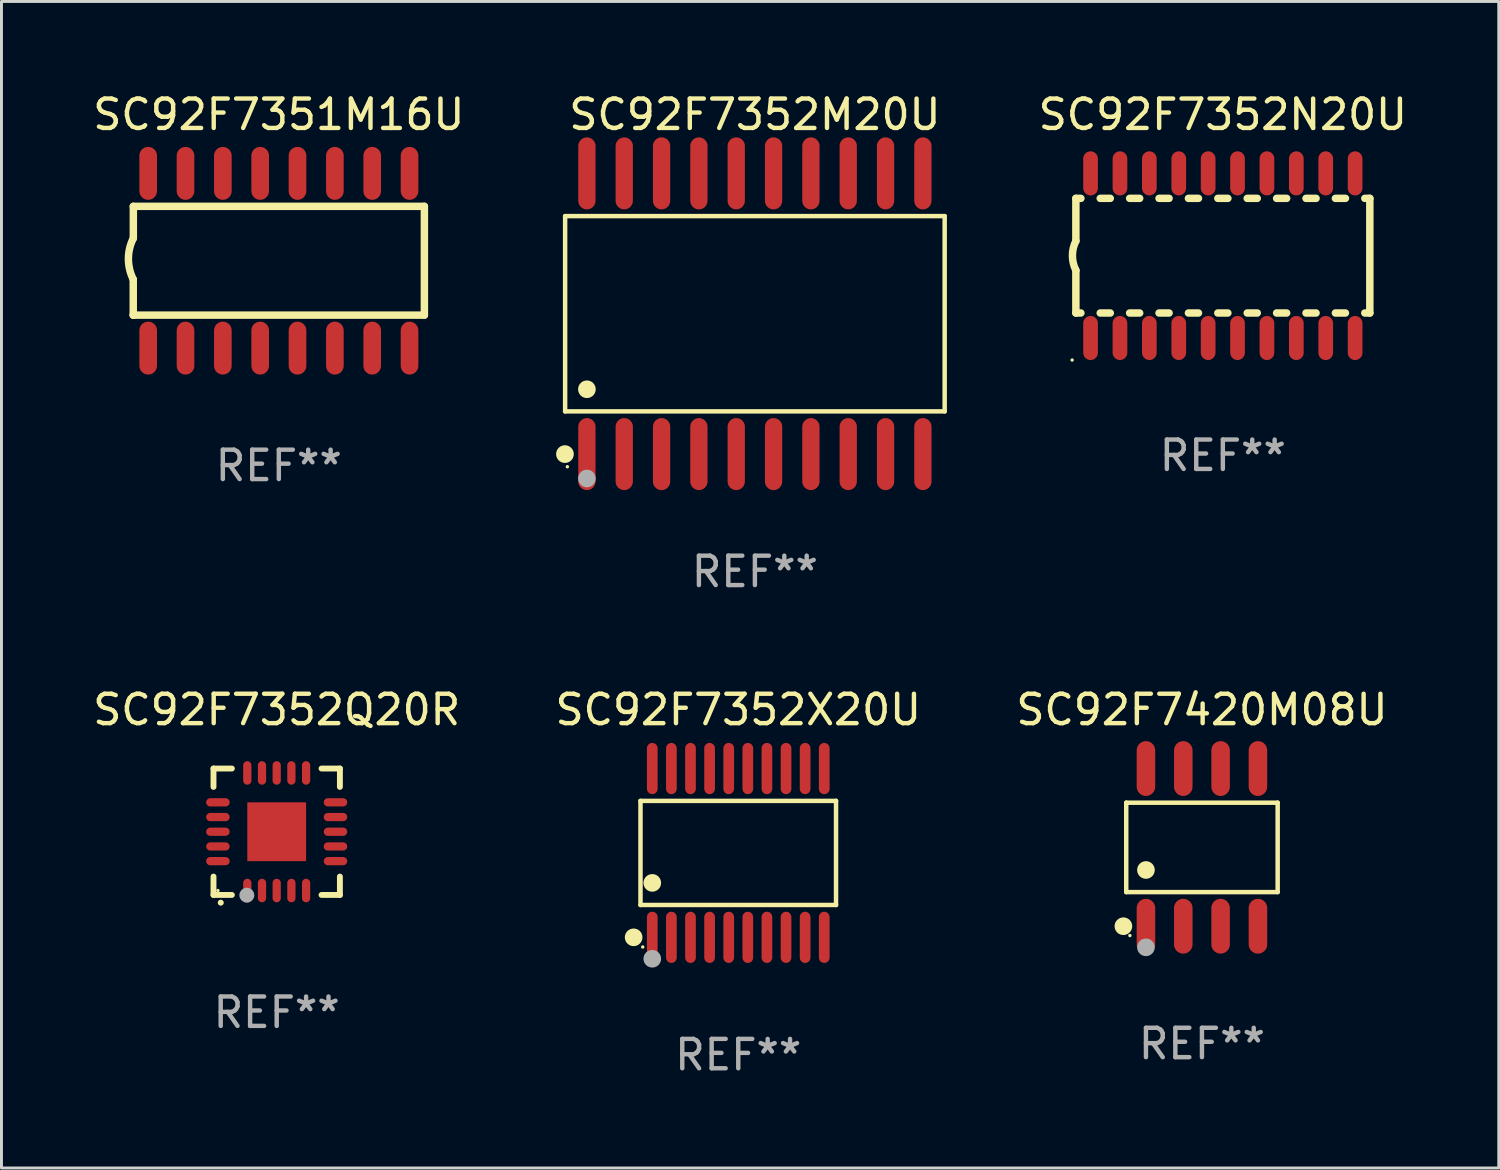
<source format=kicad_pcb>
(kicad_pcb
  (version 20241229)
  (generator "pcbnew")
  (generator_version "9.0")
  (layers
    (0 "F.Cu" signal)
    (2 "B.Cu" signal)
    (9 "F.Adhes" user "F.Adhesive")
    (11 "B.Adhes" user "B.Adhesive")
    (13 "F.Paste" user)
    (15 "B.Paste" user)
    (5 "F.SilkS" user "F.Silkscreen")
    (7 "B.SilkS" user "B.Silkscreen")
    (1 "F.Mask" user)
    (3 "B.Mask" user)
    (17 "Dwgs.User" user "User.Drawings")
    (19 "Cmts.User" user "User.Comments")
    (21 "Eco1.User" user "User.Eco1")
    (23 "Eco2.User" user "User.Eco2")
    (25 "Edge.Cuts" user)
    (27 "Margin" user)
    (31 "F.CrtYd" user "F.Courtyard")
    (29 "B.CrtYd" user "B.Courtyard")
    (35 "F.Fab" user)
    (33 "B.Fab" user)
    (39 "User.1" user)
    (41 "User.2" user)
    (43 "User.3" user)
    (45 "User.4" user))
  (footprint "SC92F7352Q20R"
    (layer "F.Cu")
    (at 6.363 25.245)
    (property "Reference" "SC92F7352Q20R" (at 0 -4.15 0) (layer "F.SilkS") (effects (font (size 1 1) (thickness 0.15))))
    (attr through_hole)
    (fp_line (start -2.15 -2.15) (end -2.15 -1.525) (stroke (width 0.2) (type solid)) (layer "F.SilkS"))
    (fp_line (start -2.15 2.15) (end -2.15 1.525) (stroke (width 0.2) (type solid)) (layer "F.SilkS"))
    (fp_line (start -1.525 -2.15) (end -2.15 -2.15) (stroke (width 0.2) (type solid)) (layer "F.SilkS"))
    (fp_line (start -1.525 2.15) (end -2.15 2.15) (stroke (width 0.2) (type solid)) (layer "F.SilkS"))
    (fp_line (start 1.525 2.15) (end 2.15 2.15) (stroke (width 0.2) (type solid)) (layer "F.SilkS"))
    (fp_line (start 2.15 -2.15) (end 1.525 -2.15) (stroke (width 0.2) (type solid)) (layer "F.SilkS"))
    (fp_line (start 2.15 -1.525) (end 2.15 -2.15) (stroke (width 0.2) (type solid)) (layer "F.SilkS"))
    (fp_line (start 2.15 2.15) (end 2.15 1.525) (stroke (width 0.2) (type solid)) (layer "F.SilkS"))
    (fp_arc (start -1.905004 2.413005) (mid -1.903302 2.412998) (end -1.9016 2.413005) (stroke (width 0.2) (type solid)) (layer "F.SilkS"))
    (fp_circle (center -2 2) (end -1.97 2) (stroke (width 0.06) (type solid)) (fill no) (layer "F.SilkS"))
    (fp_circle (center -1.016 2.159) (end -0.889 2.159) (stroke (width 0.254) (type solid)) (fill no) (layer "F.Fab"))
    (fp_text user "REF**" (at 0 6.15 0) (layer "F.Fab") (effects (font (size 1 1) (thickness 0.15))))
    (pad "1" smd oval (at -1 2 180) (size 0.28 0.8) (layers "F.Cu" "F.Mask" "F.Paste"))
    (pad "2" smd oval (at -0.5 2 180) (size 0.28 0.8) (layers "F.Cu" "F.Mask" "F.Paste"))
    (pad "3" smd oval (at 0 2 180) (size 0.28 0.8) (layers "F.Cu" "F.Mask" "F.Paste"))
    (pad "4" smd oval (at 0.5 2 180) (size 0.28 0.8) (layers "F.Cu" "F.Mask" "F.Paste"))
    (pad "5" smd oval (at 1 2 180) (size 0.28 0.8) (layers "F.Cu" "F.Mask" "F.Paste"))
    (pad "6" smd oval (at 2 1 90) (size 0.28 0.8) (layers "F.Cu" "F.Mask" "F.Paste"))
    (pad "7" smd oval (at 2 0.5 90) (size 0.28 0.8) (layers "F.Cu" "F.Mask" "F.Paste"))
    (pad "8" smd oval (at 2 0 90) (size 0.28 0.8) (layers "F.Cu" "F.Mask" "F.Paste"))
    (pad "9" smd oval (at 2 -0.5 90) (size 0.28 0.8) (layers "F.Cu" "F.Mask" "F.Paste"))
    (pad "10" smd oval (at 2 -1 90) (size 0.28 0.8) (layers "F.Cu" "F.Mask" "F.Paste"))
    (pad "11" smd oval (at 1 -2 180) (size 0.28 0.8) (layers "F.Cu" "F.Mask" "F.Paste"))
    (pad "12" smd oval (at 0.5 -2 180) (size 0.28 0.8) (layers "F.Cu" "F.Mask" "F.Paste"))
    (pad "13" smd oval (at 0 -2 180) (size 0.28 0.8) (layers "F.Cu" "F.Mask" "F.Paste"))
    (pad "14" smd oval (at -0.5 -2 180) (size 0.28 0.8) (layers "F.Cu" "F.Mask" "F.Paste"))
    (pad "15" smd oval (at -1 -2 180) (size 0.28 0.8) (layers "F.Cu" "F.Mask" "F.Paste"))
    (pad "16" smd oval (at -2 -1 90) (size 0.28 0.8) (layers "F.Cu" "F.Mask" "F.Paste"))
    (pad "17" smd oval (at -2 -0.5 90) (size 0.28 0.8) (layers "F.Cu" "F.Mask" "F.Paste"))
    (pad "18" smd oval (at -2 0 90) (size 0.28 0.8) (layers "F.Cu" "F.Mask" "F.Paste"))
    (pad "19" smd oval (at -2 0.5 90) (size 0.28 0.8) (layers "F.Cu" "F.Mask" "F.Paste"))
    (pad "20" smd oval (at -2 1 90) (size 0.28 0.8) (layers "F.Cu" "F.Mask" "F.Paste"))
    (pad "21" smd rect (at 0 0 90) (size 2 2) (layers "F.Cu" "F.Mask" "F.Paste")))
  (footprint "SC92F7351M16U"
    (layer "F.Cu")
    (at 6.435 5.82)
    (property "Reference" "SC92F7351M16U" (at 0 -4.972 0) (layer "F.SilkS") (effects (font (size 1 1) (thickness 0.15))))
    (attr through_hole)
    (fp_line (start -4.952 0.635) (end -4.952 1.85) (stroke (width 0.254) (type solid)) (layer "F.SilkS"))
    (fp_line (start -4.952 1.85) (end -4.949 1.85) (stroke (width 0.254) (type solid)) (layer "F.SilkS"))
    (fp_line (start -4.949 -1.85) (end -4.949 -0.762) (stroke (width 0.254) (type solid)) (layer "F.SilkS"))
    (fp_line (start -4.949 1.85) (end 4.952 1.85) (stroke (width 0.254) (type solid)) (layer "F.SilkS"))
    (fp_line (start 4.952 -1.85) (end -4.949 -1.85) (stroke (width 0.254) (type solid)) (layer "F.SilkS"))
    (fp_line (start 4.952 1.85) (end 4.952 -1.85) (stroke (width 0.254) (type solid)) (layer "F.SilkS"))
    (fp_arc (start -4.951512 0.635) (mid -5.116405 -0.063501) (end -4.951511 -0.762002) (stroke (width 0.254001) (type solid)) (layer "F.SilkS"))
    (fp_text user "REF**" (at 0 6.972 0) (layer "F.Fab") (effects (font (size 1 1) (thickness 0.15))))
    (pad "1" smd oval (at -4.444 2.972 180) (size 0.6 1.8) (layers "F.Cu" "F.Mask" "F.Paste"))
    (pad "2" smd oval (at -3.174 2.972 180) (size 0.6 1.8) (layers "F.Cu" "F.Mask" "F.Paste"))
    (pad "3" smd oval (at -1.904 2.972 180) (size 0.6 1.8) (layers "F.Cu" "F.Mask" "F.Paste"))
    (pad "4" smd oval (at -0.634 2.972 180) (size 0.6 1.8) (layers "F.Cu" "F.Mask" "F.Paste"))
    (pad "5" smd oval (at 0.636 2.972 180) (size 0.6 1.8) (layers "F.Cu" "F.Mask" "F.Paste"))
    (pad "6" smd oval (at 1.907 2.972 180) (size 0.6 1.8) (layers "F.Cu" "F.Mask" "F.Paste"))
    (pad "7" smd oval (at 3.177 2.972 180) (size 0.6 1.8) (layers "F.Cu" "F.Mask" "F.Paste"))
    (pad "8" smd oval (at 4.447 2.972 180) (size 0.6 1.8) (layers "F.Cu" "F.Mask" "F.Paste"))
    (pad "9" smd oval (at 4.447 -2.972 180) (size 0.6 1.8) (layers "F.Cu" "F.Mask" "F.Paste"))
    (pad "10" smd oval (at 3.177 -2.972 180) (size 0.6 1.8) (layers "F.Cu" "F.Mask" "F.Paste"))
    (pad "11" smd oval (at 1.907 -2.972 180) (size 0.6 1.8) (layers "F.Cu" "F.Mask" "F.Paste"))
    (pad "12" smd oval (at 0.636 -2.972 180) (size 0.6 1.8) (layers "F.Cu" "F.Mask" "F.Paste"))
    (pad "13" smd oval (at -0.634 -2.972 180) (size 0.6 1.8) (layers "F.Cu" "F.Mask" "F.Paste"))
    (pad "14" smd oval (at -1.904 -2.972 180) (size 0.6 1.8) (layers "F.Cu" "F.Mask" "F.Paste"))
    (pad "15" smd oval (at -3.174 -2.972 180) (size 0.6 1.8) (layers "F.Cu" "F.Mask" "F.Paste"))
    (pad "16" smd oval (at -4.444 -2.972 180) (size 0.6 1.8) (layers "F.Cu" "F.Mask" "F.Paste")))
  (footprint "SC92F7352M20U"
    (layer "F.Cu")
    (at 22.631 7.623)
    (property "Reference" "SC92F7352M20U" (at 0 -6.775 0) (layer "F.SilkS") (effects (font (size 1 1) (thickness 0.15))))
    (attr through_hole)
    (fp_line (start -6.456 -3.321) (end 6.456 -3.321) (stroke (width 0.152) (type solid)) (layer "F.SilkS"))
    (fp_line (start -6.456 3.321) (end -6.456 -3.321) (stroke (width 0.152) (type solid)) (layer "F.SilkS"))
    (fp_line (start 6.456 -3.321) (end 6.456 3.321) (stroke (width 0.152) (type solid)) (layer "F.SilkS"))
    (fp_line (start 6.456 3.321) (end -6.456 3.321) (stroke (width 0.152) (type solid)) (layer "F.SilkS"))
    (fp_circle (center -6.462 4.775) (end -6.311 4.775) (stroke (width 0.3) (type solid)) (fill no) (layer "F.SilkS"))
    (fp_circle (center -6.38 5.205) (end -6.35 5.205) (stroke (width 0.06) (type solid)) (fill no) (layer "F.SilkS"))
    (fp_circle (center -5.715 2.569) (end -5.565 2.569) (stroke (width 0.3) (type solid)) (fill no) (layer "F.SilkS"))
    (fp_circle (center -5.715 5.605) (end -5.565 5.605) (stroke (width 0.3) (type solid)) (fill no) (layer "F.Fab"))
    (fp_text user "REF**" (at 0 8.775 0) (layer "F.Fab") (effects (font (size 1 1) (thickness 0.15))))
    (pad "1" smd oval (at -5.715 4.775) (size 0.588 2.45) (layers "F.Cu" "F.Mask" "F.Paste"))
    (pad "2" smd oval (at -4.445 4.775) (size 0.588 2.45) (layers "F.Cu" "F.Mask" "F.Paste"))
    (pad "3" smd oval (at -3.175 4.775) (size 0.588 2.45) (layers "F.Cu" "F.Mask" "F.Paste"))
    (pad "4" smd oval (at -1.905 4.775) (size 0.588 2.45) (layers "F.Cu" "F.Mask" "F.Paste"))
    (pad "5" smd oval (at -0.635 4.775) (size 0.588 2.45) (layers "F.Cu" "F.Mask" "F.Paste"))
    (pad "6" smd oval (at 0.635 4.775) (size 0.588 2.45) (layers "F.Cu" "F.Mask" "F.Paste"))
    (pad "7" smd oval (at 1.905 4.775) (size 0.588 2.45) (layers "F.Cu" "F.Mask" "F.Paste"))
    (pad "8" smd oval (at 3.175 4.775) (size 0.588 2.45) (layers "F.Cu" "F.Mask" "F.Paste"))
    (pad "9" smd oval (at 4.445 4.775) (size 0.588 2.45) (layers "F.Cu" "F.Mask" "F.Paste"))
    (pad "10" smd oval (at 5.715 4.775) (size 0.588 2.45) (layers "F.Cu" "F.Mask" "F.Paste"))
    (pad "11" smd oval (at 5.715 -4.775) (size 0.588 2.45) (layers "F.Cu" "F.Mask" "F.Paste"))
    (pad "12" smd oval (at 4.445 -4.775) (size 0.588 2.45) (layers "F.Cu" "F.Mask" "F.Paste"))
    (pad "13" smd oval (at 3.175 -4.775) (size 0.588 2.45) (layers "F.Cu" "F.Mask" "F.Paste"))
    (pad "14" smd oval (at 1.905 -4.775) (size 0.588 2.45) (layers "F.Cu" "F.Mask" "F.Paste"))
    (pad "15" smd oval (at 0.635 -4.775) (size 0.588 2.45) (layers "F.Cu" "F.Mask" "F.Paste"))
    (pad "16" smd oval (at -0.635 -4.775) (size 0.588 2.45) (layers "F.Cu" "F.Mask" "F.Paste"))
    (pad "17" smd oval (at -1.905 -4.775) (size 0.588 2.45) (layers "F.Cu" "F.Mask" "F.Paste"))
    (pad "18" smd oval (at -3.175 -4.775) (size 0.588 2.45) (layers "F.Cu" "F.Mask" "F.Paste"))
    (pad "19" smd oval (at -4.445 -4.775) (size 0.588 2.45) (layers "F.Cu" "F.Mask" "F.Paste"))
    (pad "20" smd oval (at -5.715 -4.775) (size 0.588 2.45) (layers "F.Cu" "F.Mask" "F.Paste")))
  (footprint "SC92F7352N20U"
    (layer "F.Cu")
    (at 38.55 5.648)
    (property "Reference" "SC92F7352N20U" (at 0 -4.8 0) (layer "F.SilkS") (effects (font (size 1 1) (thickness 0.15))))
    (attr through_hole)
    (fp_line (start -5 -1.95) (end -5 -0.5) (stroke (width 0.254) (type solid)) (layer "F.SilkS"))
    (fp_line (start -5 -1.95) (end -4.829 -1.95) (stroke (width 0.254) (type solid)) (layer "F.SilkS"))
    (fp_line (start -5 1.95) (end -5 0.5) (stroke (width 0.254) (type solid)) (layer "F.SilkS"))
    (fp_line (start -5 1.95) (end -4.829 1.95) (stroke (width 0.254) (type solid)) (layer "F.SilkS"))
    (fp_line (start -4.171 1.95) (end -3.829 1.95) (stroke (width 0.254) (type solid)) (layer "F.SilkS"))
    (fp_line (start -4.171 -1.95) (end -3.829 -1.95) (stroke (width 0.254) (type solid)) (layer "F.SilkS"))
    (fp_line (start -3.171 1.95) (end -2.829 1.95) (stroke (width 0.254) (type solid)) (layer "F.SilkS"))
    (fp_line (start -3.171 -1.95) (end -2.829 -1.95) (stroke (width 0.254) (type solid)) (layer "F.SilkS"))
    (fp_line (start -2.171 1.95) (end -1.829 1.95) (stroke (width 0.254) (type solid)) (layer "F.SilkS"))
    (fp_line (start -2.171 -1.95) (end -1.829 -1.95) (stroke (width 0.254) (type solid)) (layer "F.SilkS"))
    (fp_line (start -1.171 1.95) (end -0.829 1.95) (stroke (width 0.254) (type solid)) (layer "F.SilkS"))
    (fp_line (start -1.171 -1.95) (end -0.829 -1.95) (stroke (width 0.254) (type solid)) (layer "F.SilkS"))
    (fp_line (start -0.171 1.95) (end 0.171 1.95) (stroke (width 0.254) (type solid)) (layer "F.SilkS"))
    (fp_line (start -0.171 -1.95) (end 0.171 -1.95) (stroke (width 0.254) (type solid)) (layer "F.SilkS"))
    (fp_line (start 0.829 1.95) (end 1.171 1.95) (stroke (width 0.254) (type solid)) (layer "F.SilkS"))
    (fp_line (start 0.829 -1.95) (end 1.171 -1.95) (stroke (width 0.254) (type solid)) (layer "F.SilkS"))
    (fp_line (start 1.829 1.95) (end 2.171 1.95) (stroke (width 0.254) (type solid)) (layer "F.SilkS"))
    (fp_line (start 1.829 -1.95) (end 2.171 -1.95) (stroke (width 0.254) (type solid)) (layer "F.SilkS"))
    (fp_line (start 2.829 1.95) (end 3.171 1.95) (stroke (width 0.254) (type solid)) (layer "F.SilkS"))
    (fp_line (start 2.829 -1.95) (end 3.171 -1.95) (stroke (width 0.254) (type solid)) (layer "F.SilkS"))
    (fp_line (start 3.829 1.95) (end 4.171 1.95) (stroke (width 0.254) (type solid)) (layer "F.SilkS"))
    (fp_line (start 3.829 -1.95) (end 4.171 -1.95) (stroke (width 0.254) (type solid)) (layer "F.SilkS"))
    (fp_line (start 4.829 1.95) (end 5 1.95) (stroke (width 0.254) (type solid)) (layer "F.SilkS"))
    (fp_line (start 4.829 -1.95) (end 5 -1.95) (stroke (width 0.254) (type solid)) (layer "F.SilkS"))
    (fp_line (start 5 -1.95) (end 5 1.95) (stroke (width 0.254) (type solid)) (layer "F.SilkS"))
    (fp_arc (start -4.99873 0.499111) (mid -5.1171 -0.000292) (end -5.000025 -0.5) (stroke (width 0.254001) (type solid)) (layer "F.SilkS"))
    (fp_circle (center -5.127 3.55) (end -5.097 3.55) (stroke (width 0.06) (type solid)) (fill no) (layer "F.SilkS"))
    (fp_text user "REF**" (at 0 6.8 0) (layer "F.Fab") (effects (font (size 1 1) (thickness 0.15))))
    (pad "1" smd oval (at -4.5 2.8) (size 0.5 1.5) (layers "F.Cu" "F.Mask" "F.Paste"))
    (pad "2" smd oval (at -3.5 2.8) (size 0.5 1.5) (layers "F.Cu" "F.Mask" "F.Paste"))
    (pad "3" smd oval (at -2.5 2.8) (size 0.5 1.5) (layers "F.Cu" "F.Mask" "F.Paste"))
    (pad "4" smd oval (at -1.5 2.8) (size 0.5 1.5) (layers "F.Cu" "F.Mask" "F.Paste"))
    (pad "5" smd oval (at -0.5 2.8) (size 0.5 1.5) (layers "F.Cu" "F.Mask" "F.Paste"))
    (pad "6" smd oval (at 0.5 2.8) (size 0.5 1.5) (layers "F.Cu" "F.Mask" "F.Paste"))
    (pad "7" smd oval (at 1.5 2.8) (size 0.5 1.5) (layers "F.Cu" "F.Mask" "F.Paste"))
    (pad "8" smd oval (at 2.5 2.8) (size 0.5 1.5) (layers "F.Cu" "F.Mask" "F.Paste"))
    (pad "9" smd oval (at 3.5 2.8) (size 0.5 1.5) (layers "F.Cu" "F.Mask" "F.Paste"))
    (pad "10" smd oval (at 4.5 2.8) (size 0.5 1.5) (layers "F.Cu" "F.Mask" "F.Paste"))
    (pad "11" smd oval (at 4.5 -2.8) (size 0.5 1.5) (layers "F.Cu" "F.Mask" "F.Paste"))
    (pad "12" smd oval (at 3.5 -2.8) (size 0.5 1.5) (layers "F.Cu" "F.Mask" "F.Paste"))
    (pad "13" smd oval (at 2.5 -2.8) (size 0.5 1.5) (layers "F.Cu" "F.Mask" "F.Paste"))
    (pad "14" smd oval (at 1.5 -2.8) (size 0.5 1.5) (layers "F.Cu" "F.Mask" "F.Paste"))
    (pad "15" smd oval (at 0.5 -2.8) (size 0.5 1.5) (layers "F.Cu" "F.Mask" "F.Paste"))
    (pad "16" smd oval (at -0.5 -2.8) (size 0.5 1.5) (layers "F.Cu" "F.Mask" "F.Paste"))
    (pad "17" smd oval (at -1.5 -2.8) (size 0.5 1.5) (layers "F.Cu" "F.Mask" "F.Paste"))
    (pad "18" smd oval (at -2.5 -2.8) (size 0.5 1.5) (layers "F.Cu" "F.Mask" "F.Paste"))
    (pad "19" smd oval (at -3.5 -2.8) (size 0.5 1.5) (layers "F.Cu" "F.Mask" "F.Paste"))
    (pad "20" smd oval (at -4.5 -2.8) (size 0.5 1.5) (layers "F.Cu" "F.Mask" "F.Paste")))
  (footprint "SC92F7420M08U"
    (layer "F.Cu")
    (at 37.839 25.777)
    (property "Reference" "SC92F7420M08U" (at 0 -4.682 0) (layer "F.SilkS") (effects (font (size 1 1) (thickness 0.15))))
    (attr through_hole)
    (fp_line (start -2.576 -1.521) (end 2.576 -1.521) (stroke (width 0.152) (type solid)) (layer "F.SilkS"))
    (fp_line (start -2.576 1.521) (end -2.576 -1.521) (stroke (width 0.152) (type solid)) (layer "F.SilkS"))
    (fp_line (start 2.576 -1.521) (end 2.576 1.521) (stroke (width 0.152) (type solid)) (layer "F.SilkS"))
    (fp_line (start 2.576 1.521) (end -2.576 1.521) (stroke (width 0.152) (type solid)) (layer "F.SilkS"))
    (fp_circle (center -2.672 2.682) (end -2.522 2.682) (stroke (width 0.3) (type solid)) (fill no) (layer "F.SilkS"))
    (fp_circle (center -2.45 3) (end -2.42 3) (stroke (width 0.06) (type solid)) (fill no) (layer "F.SilkS"))
    (fp_circle (center -1.905 0.769) (end -1.755 0.769) (stroke (width 0.3) (type solid)) (fill no) (layer "F.SilkS"))
    (fp_circle (center -1.905 3.4) (end -1.755 3.4) (stroke (width 0.3) (type solid)) (fill no) (layer "F.Fab"))
    (fp_text user "REF**" (at 0 6.682 0) (layer "F.Fab") (effects (font (size 1 1) (thickness 0.15))))
    (pad "1" smd oval (at -1.905 2.682) (size 0.63 1.865) (layers "F.Cu" "F.Mask" "F.Paste"))
    (pad "2" smd oval (at -0.635 2.682) (size 0.63 1.865) (layers "F.Cu" "F.Mask" "F.Paste"))
    (pad "3" smd oval (at 0.635 2.682) (size 0.63 1.865) (layers "F.Cu" "F.Mask" "F.Paste"))
    (pad "4" smd oval (at 1.905 2.682) (size 0.63 1.865) (layers "F.Cu" "F.Mask" "F.Paste"))
    (pad "5" smd oval (at 1.905 -2.682) (size 0.63 1.865) (layers "F.Cu" "F.Mask" "F.Paste"))
    (pad "6" smd oval (at 0.635 -2.682) (size 0.63 1.865) (layers "F.Cu" "F.Mask" "F.Paste"))
    (pad "7" smd oval (at -0.635 -2.682) (size 0.63 1.865) (layers "F.Cu" "F.Mask" "F.Paste"))
    (pad "8" smd oval (at -1.905 -2.682) (size 0.63 1.865) (layers "F.Cu" "F.Mask" "F.Paste")))
  (footprint "SC92F7352X20U"
    (layer "F.Cu")
    (at 22.065 25.966)
    (property "Reference" "SC92F7352X20U" (at 0 -4.871 0) (layer "F.SilkS") (effects (font (size 1 1) (thickness 0.15))))
    (attr through_hole)
    (fp_line (start -3.326 -1.771) (end 3.326 -1.771) (stroke (width 0.152) (type solid)) (layer "F.SilkS"))
    (fp_line (start -3.326 1.771) (end -3.326 -1.771) (stroke (width 0.152) (type solid)) (layer "F.SilkS"))
    (fp_line (start 3.326 -1.771) (end 3.326 1.771) (stroke (width 0.152) (type solid)) (layer "F.SilkS"))
    (fp_line (start 3.326 1.771) (end -3.326 1.771) (stroke (width 0.152) (type solid)) (layer "F.SilkS"))
    (fp_circle (center -3.559 2.871) (end -3.409 2.871) (stroke (width 0.3) (type solid)) (fill no) (layer "F.SilkS"))
    (fp_circle (center -3.25 3.2) (end -3.22 3.2) (stroke (width 0.06) (type solid)) (fill no) (layer "F.SilkS"))
    (fp_circle (center -2.925 1.019) (end -2.775 1.019) (stroke (width 0.3) (type solid)) (fill no) (layer "F.SilkS"))
    (fp_circle (center -2.925 3.6) (end -2.775 3.6) (stroke (width 0.3) (type solid)) (fill no) (layer "F.Fab"))
    (fp_text user "REF**" (at 0 6.871 0) (layer "F.Fab") (effects (font (size 1 1) (thickness 0.15))))
    (pad "1" smd oval (at -2.925 2.871) (size 0.364 1.742) (layers "F.Cu" "F.Mask" "F.Paste"))
    (pad "2" smd oval (at -2.275 2.871) (size 0.364 1.742) (layers "F.Cu" "F.Mask" "F.Paste"))
    (pad "3" smd oval (at -1.625 2.871) (size 0.364 1.742) (layers "F.Cu" "F.Mask" "F.Paste"))
    (pad "4" smd oval (at -0.975 2.871) (size 0.364 1.742) (layers "F.Cu" "F.Mask" "F.Paste"))
    (pad "5" smd oval (at -0.325 2.871) (size 0.364 1.742) (layers "F.Cu" "F.Mask" "F.Paste"))
    (pad "6" smd oval (at 0.325 2.871) (size 0.364 1.742) (layers "F.Cu" "F.Mask" "F.Paste"))
    (pad "7" smd oval (at 0.975 2.871) (size 0.364 1.742) (layers "F.Cu" "F.Mask" "F.Paste"))
    (pad "8" smd oval (at 1.625 2.871) (size 0.364 1.742) (layers "F.Cu" "F.Mask" "F.Paste"))
    (pad "9" smd oval (at 2.275 2.871) (size 0.364 1.742) (layers "F.Cu" "F.Mask" "F.Paste"))
    (pad "10" smd oval (at 2.925 2.871) (size 0.364 1.742) (layers "F.Cu" "F.Mask" "F.Paste"))
    (pad "11" smd oval (at 2.925 -2.871) (size 0.364 1.742) (layers "F.Cu" "F.Mask" "F.Paste"))
    (pad "12" smd oval (at 2.275 -2.871) (size 0.364 1.742) (layers "F.Cu" "F.Mask" "F.Paste"))
    (pad "13" smd oval (at 1.625 -2.871) (size 0.364 1.742) (layers "F.Cu" "F.Mask" "F.Paste"))
    (pad "14" smd oval (at 0.975 -2.871) (size 0.364 1.742) (layers "F.Cu" "F.Mask" "F.Paste"))
    (pad "15" smd oval (at 0.325 -2.871) (size 0.364 1.742) (layers "F.Cu" "F.Mask" "F.Paste"))
    (pad "16" smd oval (at -0.325 -2.871) (size 0.364 1.742) (layers "F.Cu" "F.Mask" "F.Paste"))
    (pad "17" smd oval (at -0.975 -2.871) (size 0.364 1.742) (layers "F.Cu" "F.Mask" "F.Paste"))
    (pad "18" smd oval (at -1.625 -2.871) (size 0.364 1.742) (layers "F.Cu" "F.Mask" "F.Paste"))
    (pad "19" smd oval (at -2.275 -2.871) (size 0.364 1.742) (layers "F.Cu" "F.Mask" "F.Paste"))
    (pad "20" smd oval (at -2.925 -2.871) (size 0.364 1.742) (layers "F.Cu" "F.Mask" "F.Paste")))
  (gr_rect
    (start -3 -3)
    (end 47.937 36.685)
    (stroke (width 0.1) (type default))
    (fill no)
    (layer "Edge.Cuts")))
</source>
